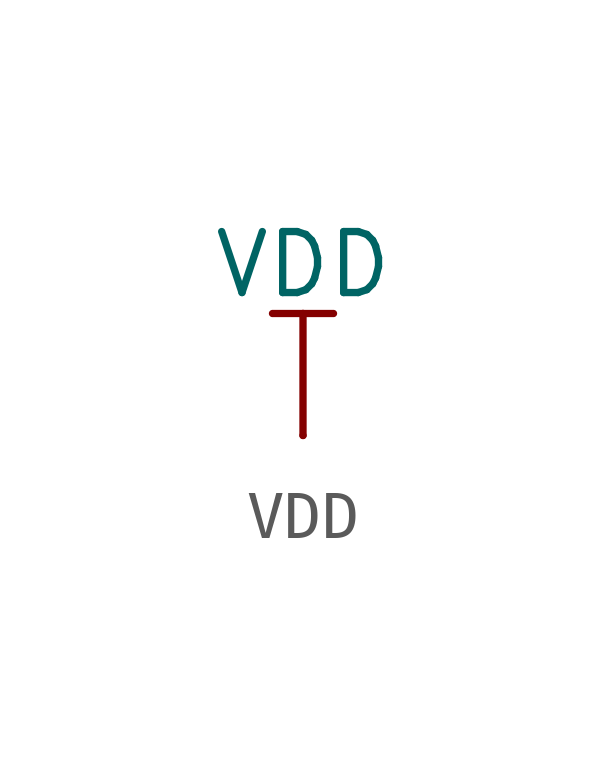
<source format=kicad_sym>
(kicad_symbol_lib
  (version 20241209)
  (generator "kicad_symbol_editor")
  (generator_version "9.0")
  (symbol "VDD"
    (power)
    (pin_numbers
      (hide yes))
    (pin_names
      (offset 0)
      (hide yes))
    (property "Reference" "#PWR"
      (at 0 -3.81 0)
      (effects (font (size 1.27 1.27)) (hide yes)))
    (property "Value" "VDD"
      (at 0 3.556 0)
      (effects (font (size 1.27 1.27))))
    (symbol "VDD_0_1"
      (polyline (pts (xy -0.635 2.54) (xy 0 2.54)) (stroke (width 0) (type default)) (fill (type none)))
      (polyline (pts (xy 0 2.54) (xy 0.635 2.54)) (stroke (width 0) (type default)) (fill (type none)))
      (polyline (pts (xy 0 0) (xy 0 2.54)) (stroke (width 0) (type default)) (fill (type none))))
    (symbol "VDD_1_1"
      (pin power_in line (at 0 0 90) (length 0) (name "~" (effects (font (size 1.27 1.27)))) (number "1" (effects (font (size 1.27 1.27))))))))
</source>
